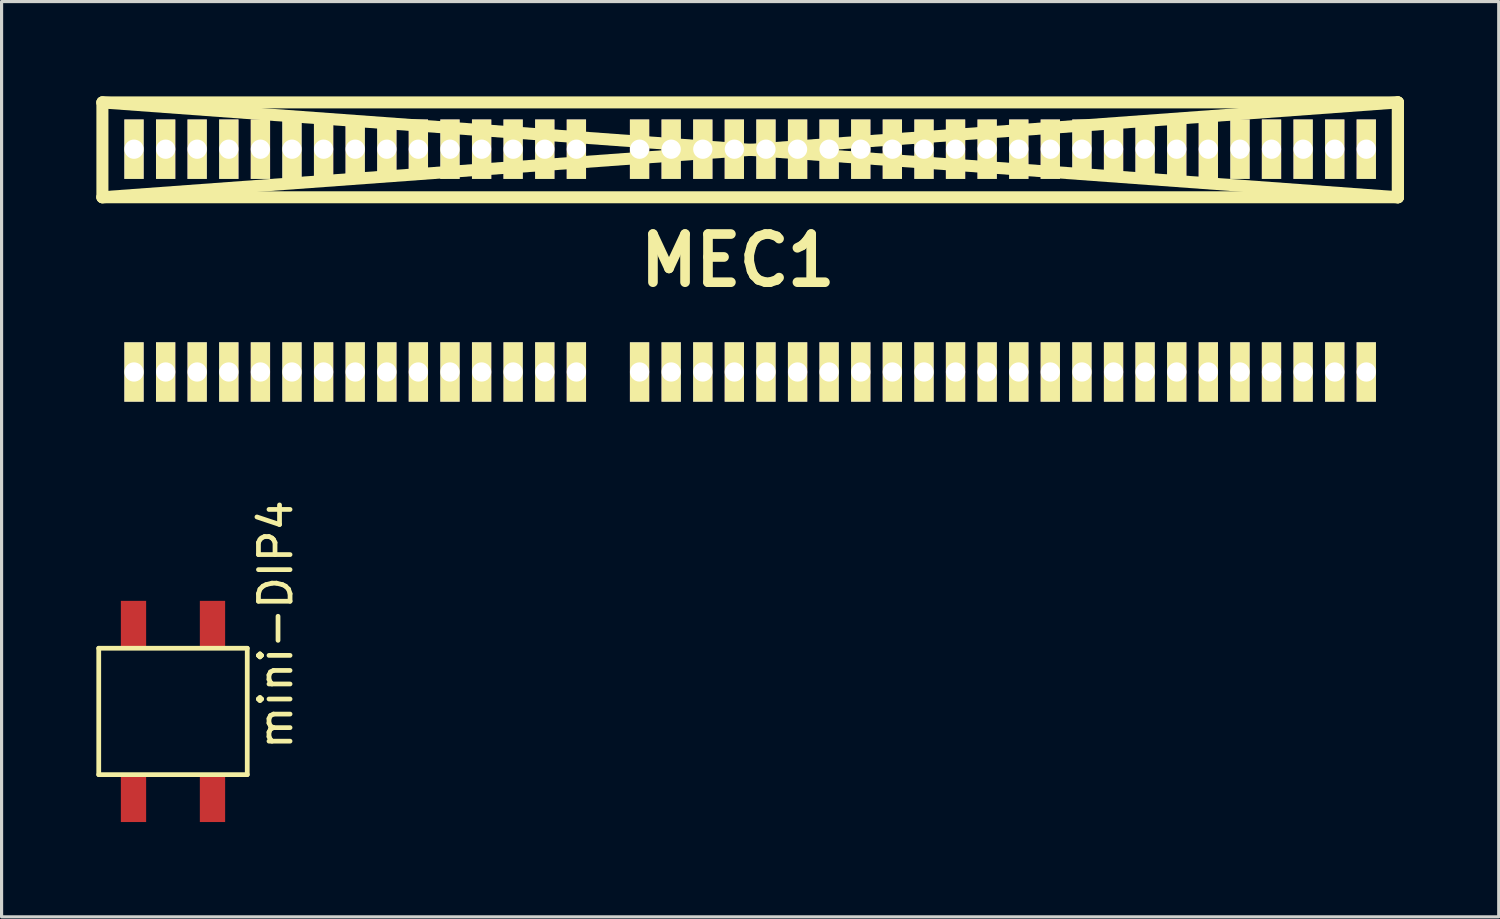
<source format=kicad_pcb>
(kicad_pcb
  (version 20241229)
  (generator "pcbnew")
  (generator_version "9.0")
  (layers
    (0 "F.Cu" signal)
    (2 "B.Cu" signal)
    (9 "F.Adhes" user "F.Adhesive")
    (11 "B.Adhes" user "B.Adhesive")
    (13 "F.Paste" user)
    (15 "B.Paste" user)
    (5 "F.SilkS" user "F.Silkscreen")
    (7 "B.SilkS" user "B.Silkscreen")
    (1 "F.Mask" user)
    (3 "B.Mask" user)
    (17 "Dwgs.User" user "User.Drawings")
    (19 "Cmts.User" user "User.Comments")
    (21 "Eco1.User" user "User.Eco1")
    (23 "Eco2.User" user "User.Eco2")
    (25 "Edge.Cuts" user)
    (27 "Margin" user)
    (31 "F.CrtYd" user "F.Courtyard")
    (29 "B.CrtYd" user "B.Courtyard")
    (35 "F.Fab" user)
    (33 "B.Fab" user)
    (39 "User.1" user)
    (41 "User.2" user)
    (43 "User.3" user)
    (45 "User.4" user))
  (footprint "mini-DIP4"
    (layer "F.Cu")
    (at 2.425 19.466)
    (property "Reference" "mini-DIP4" (at 3.25 -2.75 90) (layer "F.SilkS") (effects (font (size 1 1) (thickness 0.15))))
    (attr through_hole)
    (fp_line (start -2.35 -2) (end 2.35 -2) (stroke (width 0.15) (type solid)) (layer "F.SilkS"))
    (fp_line (start -2.35 2) (end -2.35 -2) (stroke (width 0.15) (type solid)) (layer "F.SilkS"))
    (fp_line (start 2.35 -2) (end 2.35 2) (stroke (width 0.15) (type solid)) (layer "F.SilkS"))
    (fp_line (start 2.35 2) (end -2.35 2) (stroke (width 0.15) (type solid)) (layer "F.SilkS"))
    (pad "1" smd rect (at -1.25 2.75) (size 0.8 1.5) (layers "F.Cu" "F.Mask" "F.Paste"))
    (pad "2" smd rect (at 1.25 2.75) (size 0.8 1.5) (layers "F.Cu" "F.Mask" "F.Paste"))
    (pad "3" smd rect (at 1.25 -2.75) (size 0.8 1.5) (layers "F.Cu" "F.Mask" "F.Paste"))
    (pad "4" smd rect (at -1.25 -2.75) (size 0.8 1.5) (layers "F.Cu" "F.Mask" "F.Paste")))
  (footprint "MEC1"
    (layer "F.Cu")
    (at 20.691 5.192)
    (property "Reference" "MEC1" (at -0.391 0 0) (layer "F.SilkS") (effects (font (size 1.524 1.524) (thickness 0.305))))
    (attr through_hole)
    (fp_line (start -20.5 -5.001) (end 20.5 -5.001) (stroke (width 0.381) (type solid)) (layer "F.SilkS"))
    (fp_line (start -20.5 -5.001) (end 20.5 -1.999) (stroke (width 0.381) (type solid)) (layer "F.SilkS"))
    (fp_line (start -20.5 -1.999) (end -20.5 -5.001) (stroke (width 0.381) (type solid)) (layer "F.SilkS"))
    (fp_line (start 20.5 -5.001) (end -20.5 -1.999) (stroke (width 0.381) (type solid)) (layer "F.SilkS"))
    (fp_line (start 20.5 -5.001) (end 20.5 -1.999) (stroke (width 0.381) (type solid)) (layer "F.SilkS"))
    (fp_line (start 20.5 -1.999) (end -20.5 -1.999) (stroke (width 0.381) (type solid)) (layer "F.SilkS"))
    (fp_line (start 20.5 -1.999) (end 20.5 -5.001) (stroke (width 0.381) (type solid)) (layer "F.SilkS"))
    (pad "1" thru_hole rect (at -19.5 -3.52) (size 0.61 1.88) (drill 0.762) (layers "*.Mask" "F.Cu" "F.SilkS"))
    (pad "1" thru_hole rect (at -19.5 3.531) (size 0.61 1.88) (drill 0.762) (layers "*.Mask" "F.Cu" "F.SilkS"))
    (pad "2" thru_hole rect (at -18.499 -3.52) (size 0.61 1.88) (drill 0.762) (layers "*.Mask" "F.Cu" "F.SilkS"))
    (pad "2" thru_hole rect (at -18.499 3.531) (size 0.61 1.88) (drill 0.762) (layers "*.Mask" "F.Cu" "F.SilkS"))
    (pad "3" thru_hole rect (at -17.501 -3.52) (size 0.61 1.88) (drill 0.762) (layers "*.Mask" "F.Cu" "F.SilkS"))
    (pad "3" thru_hole rect (at -17.501 3.531) (size 0.61 1.88) (drill 0.762) (layers "*.Mask" "F.Cu" "F.SilkS"))
    (pad "4" thru_hole rect (at -16.5 -3.52) (size 0.61 1.88) (drill 0.762) (layers "*.Mask" "F.Cu" "F.SilkS"))
    (pad "4" thru_hole rect (at -16.5 3.531) (size 0.61 1.88) (drill 0.762) (layers "*.Mask" "F.Cu" "F.SilkS"))
    (pad "5" thru_hole rect (at -15.499 -3.52) (size 0.61 1.88) (drill 0.762) (layers "*.Mask" "F.Cu" "F.SilkS"))
    (pad "5" thru_hole rect (at -15.499 3.531) (size 0.61 1.88) (drill 0.762) (layers "*.Mask" "F.Cu" "F.SilkS"))
    (pad "6" thru_hole rect (at -14.501 -3.52) (size 0.61 1.88) (drill 0.762) (layers "*.Mask" "F.Cu" "F.SilkS"))
    (pad "6" thru_hole rect (at -14.501 3.531) (size 0.61 1.88) (drill 0.762) (layers "*.Mask" "F.Cu" "F.SilkS"))
    (pad "7" thru_hole rect (at -13.5 -3.52) (size 0.61 1.88) (drill 0.762) (layers "*.Mask" "F.Cu" "F.SilkS"))
    (pad "7" thru_hole rect (at -13.5 3.531) (size 0.61 1.88) (drill 0.762) (layers "*.Mask" "F.Cu" "F.SilkS"))
    (pad "8" thru_hole rect (at -12.499 -3.52) (size 0.61 1.88) (drill 0.762) (layers "*.Mask" "F.Cu" "F.SilkS"))
    (pad "8" thru_hole rect (at -12.499 3.531) (size 0.61 1.88) (drill 0.762) (layers "*.Mask" "F.Cu" "F.SilkS"))
    (pad "9" thru_hole rect (at -11.499 -3.52) (size 0.61 1.88) (drill 0.762) (layers "*.Mask" "F.Cu" "F.SilkS"))
    (pad "9" thru_hole rect (at -11.499 3.531) (size 0.61 1.88) (drill 0.762) (layers "*.Mask" "F.Cu" "F.SilkS"))
    (pad "10" thru_hole rect (at -10.5 -3.52) (size 0.61 1.88) (drill 0.762) (layers "*.Mask" "F.Cu" "F.SilkS"))
    (pad "10" thru_hole rect (at -10.5 3.531) (size 0.61 1.88) (drill 0.762) (layers "*.Mask" "F.Cu" "F.SilkS"))
    (pad "11" thru_hole rect (at -9.5 -3.52) (size 0.61 1.88) (drill 0.762) (layers "*.Mask" "F.Cu" "F.SilkS"))
    (pad "11" thru_hole rect (at -9.5 3.531) (size 0.61 1.88) (drill 0.762) (layers "*.Mask" "F.Cu" "F.SilkS"))
    (pad "12" thru_hole rect (at -8.499 -3.52) (size 0.61 1.88) (drill 0.762) (layers "*.Mask" "F.Cu" "F.SilkS"))
    (pad "12" thru_hole rect (at -8.499 3.531) (size 0.61 1.88) (drill 0.762) (layers "*.Mask" "F.Cu" "F.SilkS"))
    (pad "13" thru_hole rect (at -7.501 -3.52) (size 0.61 1.88) (drill 0.762) (layers "*.Mask" "F.Cu" "F.SilkS"))
    (pad "13" thru_hole rect (at -7.501 3.531) (size 0.61 1.88) (drill 0.762) (layers "*.Mask" "F.Cu" "F.SilkS"))
    (pad "14" thru_hole rect (at -6.5 -3.52) (size 0.61 1.88) (drill 0.762) (layers "*.Mask" "F.Cu" "F.SilkS"))
    (pad "14" thru_hole rect (at -6.5 3.531) (size 0.61 1.88) (drill 0.762) (layers "*.Mask" "F.Cu" "F.SilkS"))
    (pad "15" thru_hole rect (at -5.499 -3.52) (size 0.61 1.88) (drill 0.762) (layers "*.Mask" "F.Cu" "F.SilkS"))
    (pad "15" thru_hole rect (at -5.499 3.531) (size 0.61 1.88) (drill 0.762) (layers "*.Mask" "F.Cu" "F.SilkS"))
    (pad "16" thru_hole rect (at -3.5 -3.52) (size 0.61 1.88) (drill 0.762) (layers "*.Mask" "F.Cu" "F.SilkS"))
    (pad "16" thru_hole rect (at -3.5 3.531) (size 0.61 1.88) (drill 0.762) (layers "*.Mask" "F.Cu" "F.SilkS"))
    (pad "17" thru_hole rect (at -2.499 -3.52) (size 0.61 1.88) (drill 0.762) (layers "*.Mask" "F.Cu" "F.SilkS"))
    (pad "17" thru_hole rect (at -2.499 3.531) (size 0.61 1.88) (drill 0.762) (layers "*.Mask" "F.Cu" "F.SilkS"))
    (pad "18" thru_hole rect (at -1.499 -3.52) (size 0.61 1.88) (drill 0.762) (layers "*.Mask" "F.Cu" "F.SilkS"))
    (pad "18" thru_hole rect (at -1.499 3.531) (size 0.61 1.88) (drill 0.762) (layers "*.Mask" "F.Cu" "F.SilkS"))
    (pad "19" thru_hole rect (at -0.5 -3.52) (size 0.61 1.88) (drill 0.762) (layers "*.Mask" "F.Cu" "F.SilkS"))
    (pad "19" thru_hole rect (at -0.5 3.531) (size 0.61 1.88) (drill 0.762) (layers "*.Mask" "F.Cu" "F.SilkS"))
    (pad "20" thru_hole rect (at 0.5 -3.52) (size 0.61 1.88) (drill 0.762) (layers "*.Mask" "F.Cu" "F.SilkS"))
    (pad "20" thru_hole rect (at 0.5 3.531) (size 0.61 1.88) (drill 0.762) (layers "*.Mask" "F.Cu" "F.SilkS"))
    (pad "21" thru_hole rect (at 1.501 -3.52) (size 0.61 1.88) (drill 0.762) (layers "*.Mask" "F.Cu" "F.SilkS"))
    (pad "21" thru_hole rect (at 1.501 3.531) (size 0.61 1.88) (drill 0.762) (layers "*.Mask" "F.Cu" "F.SilkS"))
    (pad "22" thru_hole rect (at 2.499 -3.52) (size 0.61 1.88) (drill 0.762) (layers "*.Mask" "F.Cu" "F.SilkS"))
    (pad "22" thru_hole rect (at 2.499 3.531) (size 0.61 1.88) (drill 0.762) (layers "*.Mask" "F.Cu" "F.SilkS"))
    (pad "23" thru_hole rect (at 3.5 -3.52) (size 0.61 1.88) (drill 0.762) (layers "*.Mask" "F.Cu" "F.SilkS"))
    (pad "23" thru_hole rect (at 3.5 3.531) (size 0.61 1.88) (drill 0.762) (layers "*.Mask" "F.Cu" "F.SilkS"))
    (pad "24" thru_hole rect (at 4.501 -3.52) (size 0.61 1.88) (drill 0.762) (layers "*.Mask" "F.Cu" "F.SilkS"))
    (pad "24" thru_hole rect (at 4.501 3.531) (size 0.61 1.88) (drill 0.762) (layers "*.Mask" "F.Cu" "F.SilkS"))
    (pad "25" thru_hole rect (at 5.502 -3.52) (size 0.61 1.88) (drill 0.762) (layers "*.Mask" "F.Cu" "F.SilkS"))
    (pad "25" thru_hole rect (at 5.502 3.531) (size 0.61 1.88) (drill 0.762) (layers "*.Mask" "F.Cu" "F.SilkS"))
    (pad "26" thru_hole rect (at 6.5 -3.52) (size 0.61 1.88) (drill 0.762) (layers "*.Mask" "F.Cu" "F.SilkS"))
    (pad "26" thru_hole rect (at 6.5 3.531) (size 0.61 1.88) (drill 0.762) (layers "*.Mask" "F.Cu" "F.SilkS"))
    (pad "27" thru_hole rect (at 7.501 -3.52) (size 0.61 1.88) (drill 0.762) (layers "*.Mask" "F.Cu" "F.SilkS"))
    (pad "27" thru_hole rect (at 7.501 3.531) (size 0.61 1.88) (drill 0.762) (layers "*.Mask" "F.Cu" "F.SilkS"))
    (pad "28" thru_hole rect (at 8.501 -3.52) (size 0.61 1.88) (drill 0.762) (layers "*.Mask" "F.Cu" "F.SilkS"))
    (pad "28" thru_hole rect (at 8.501 3.531) (size 0.61 1.88) (drill 0.762) (layers "*.Mask" "F.Cu" "F.SilkS"))
    (pad "29" thru_hole rect (at 9.5 -3.52) (size 0.61 1.88) (drill 0.762) (layers "*.Mask" "F.Cu" "F.SilkS"))
    (pad "29" thru_hole rect (at 9.5 3.531) (size 0.61 1.88) (drill 0.762) (layers "*.Mask" "F.Cu" "F.SilkS"))
    (pad "30" thru_hole rect (at 10.5 -3.52) (size 0.61 1.88) (drill 0.762) (layers "*.Mask" "F.Cu" "F.SilkS"))
    (pad "30" thru_hole rect (at 10.5 3.531) (size 0.61 1.88) (drill 0.762) (layers "*.Mask" "F.Cu" "F.SilkS"))
    (pad "31" thru_hole rect (at 11.501 -3.52) (size 0.61 1.88) (drill 0.762) (layers "*.Mask" "F.Cu" "F.SilkS"))
    (pad "31" thru_hole rect (at 11.501 3.531) (size 0.61 1.88) (drill 0.762) (layers "*.Mask" "F.Cu" "F.SilkS"))
    (pad "32" thru_hole rect (at 12.499 -3.52) (size 0.61 1.88) (drill 0.762) (layers "*.Mask" "F.Cu" "F.SilkS"))
    (pad "32" thru_hole rect (at 12.499 3.531) (size 0.61 1.88) (drill 0.762) (layers "*.Mask" "F.Cu" "F.SilkS"))
    (pad "33" thru_hole rect (at 13.5 -3.52) (size 0.61 1.88) (drill 0.762) (layers "*.Mask" "F.Cu" "F.SilkS"))
    (pad "33" thru_hole rect (at 13.5 3.531) (size 0.61 1.88) (drill 0.762) (layers "*.Mask" "F.Cu" "F.SilkS"))
    (pad "34" thru_hole rect (at 14.501 -3.52) (size 0.61 1.88) (drill 0.762) (layers "*.Mask" "F.Cu" "F.SilkS"))
    (pad "34" thru_hole rect (at 14.501 3.531) (size 0.61 1.88) (drill 0.762) (layers "*.Mask" "F.Cu" "F.SilkS"))
    (pad "35" thru_hole rect (at 15.502 -3.52) (size 0.61 1.88) (drill 0.762) (layers "*.Mask" "F.Cu" "F.SilkS"))
    (pad "35" thru_hole rect (at 15.502 3.531) (size 0.61 1.88) (drill 0.762) (layers "*.Mask" "F.Cu" "F.SilkS"))
    (pad "36" thru_hole rect (at 16.5 -3.52) (size 0.61 1.88) (drill 0.762) (layers "*.Mask" "F.Cu" "F.SilkS"))
    (pad "36" thru_hole rect (at 16.5 3.531) (size 0.61 1.88) (drill 0.762) (layers "*.Mask" "F.Cu" "F.SilkS"))
    (pad "37" thru_hole rect (at 17.501 -3.52) (size 0.61 1.88) (drill 0.762) (layers "*.Mask" "F.Cu" "F.SilkS"))
    (pad "37" thru_hole rect (at 17.501 3.531) (size 0.61 1.88) (drill 0.762) (layers "*.Mask" "F.Cu" "F.SilkS"))
    (pad "38" thru_hole rect (at 18.501 -3.52) (size 0.61 1.88) (drill 0.762) (layers "*.Mask" "F.Cu" "F.SilkS"))
    (pad "38" thru_hole rect (at 18.501 3.531) (size 0.61 1.88) (drill 0.762) (layers "*.Mask" "F.Cu" "F.SilkS"))
    (pad "39" thru_hole rect (at 19.5 -3.52) (size 0.61 1.88) (drill 0.762) (layers "*.Mask" "F.Cu" "F.SilkS"))
    (pad "39" thru_hole rect (at 19.5 3.531) (size 0.61 1.88) (drill 0.762) (layers "*.Mask" "F.Cu" "F.SilkS")))
  (gr_rect
    (start -3 -3)
    (end 44.382 25.966)
    (stroke (width 0.1) (type default))
    (fill no)
    (layer "Edge.Cuts")))
</source>
